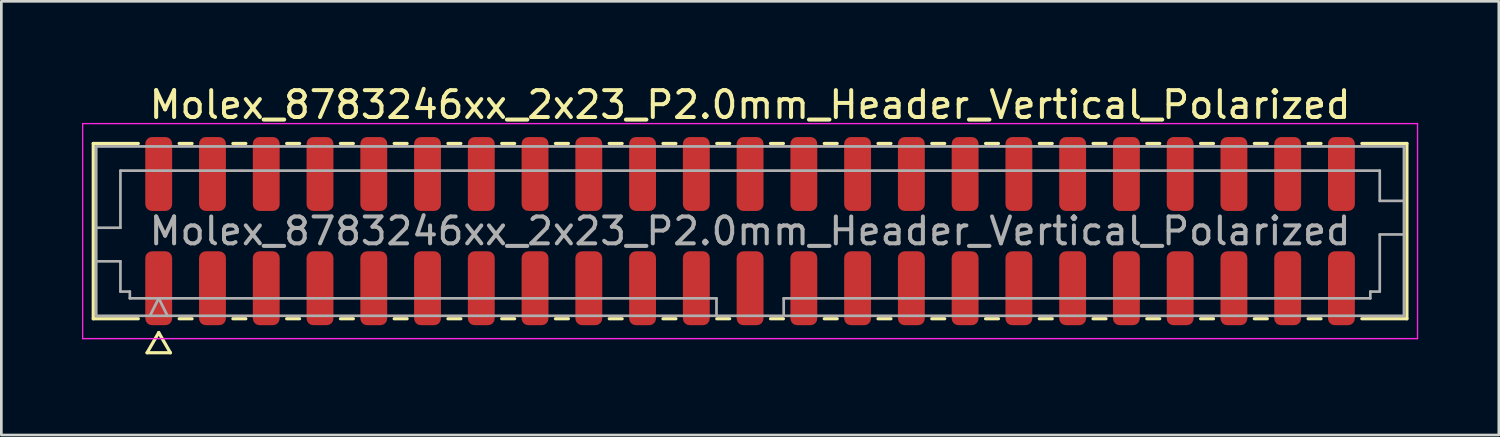
<source format=kicad_pcb>
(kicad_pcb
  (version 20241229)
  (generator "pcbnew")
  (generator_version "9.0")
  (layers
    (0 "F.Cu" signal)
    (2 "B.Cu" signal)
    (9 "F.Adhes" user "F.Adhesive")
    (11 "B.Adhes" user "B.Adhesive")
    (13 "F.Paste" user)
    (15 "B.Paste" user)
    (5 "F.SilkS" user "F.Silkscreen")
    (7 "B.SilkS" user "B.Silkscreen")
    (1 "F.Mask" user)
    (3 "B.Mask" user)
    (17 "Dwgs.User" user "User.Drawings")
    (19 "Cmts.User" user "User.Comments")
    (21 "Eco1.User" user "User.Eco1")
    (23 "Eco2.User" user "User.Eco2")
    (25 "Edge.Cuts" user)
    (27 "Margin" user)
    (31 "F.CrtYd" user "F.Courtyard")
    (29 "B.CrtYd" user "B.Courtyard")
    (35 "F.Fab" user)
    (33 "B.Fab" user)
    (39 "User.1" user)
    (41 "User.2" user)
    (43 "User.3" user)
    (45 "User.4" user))
  (footprint "Molex_8783246xx_2x23_P2.0mm_Header_Vertical_Polarized"
    (layer "F.Cu")
    (at 24.855 5.548)
    (property "Reference" "Molex_8783246xx_2x23_P2.0mm_Header_Vertical_Polarized" (at 0 -4.7 0) (layer "F.SilkS") (effects (font (size 1 1) (thickness 0.15))))
    (attr smd)
    (fp_line (start -24.435 -3.26) (end -22.76 -3.26) (stroke (width 0.12) (type solid)) (layer "F.SilkS"))
    (fp_line (start -24.435 3.26) (end -24.435 -3.26) (stroke (width 0.12) (type solid)) (layer "F.SilkS"))
    (fp_line (start -22.76 3.26) (end -24.435 3.26) (stroke (width 0.12) (type solid)) (layer "F.SilkS"))
    (fp_line (start -22.433 4.525) (end -22 3.775) (stroke (width 0.12) (type solid)) (layer "F.SilkS"))
    (fp_line (start -22 3.775) (end -21.567 4.525) (stroke (width 0.12) (type solid)) (layer "F.SilkS"))
    (fp_line (start -21.567 4.525) (end -22.433 4.525) (stroke (width 0.12) (type solid)) (layer "F.SilkS"))
    (fp_line (start -21.24 -3.26) (end -20.76 -3.26) (stroke (width 0.12) (type solid)) (layer "F.SilkS"))
    (fp_line (start -20.76 3.26) (end -21.24 3.26) (stroke (width 0.12) (type solid)) (layer "F.SilkS"))
    (fp_line (start -19.24 -3.26) (end -18.76 -3.26) (stroke (width 0.12) (type solid)) (layer "F.SilkS"))
    (fp_line (start -18.76 3.26) (end -19.24 3.26) (stroke (width 0.12) (type solid)) (layer "F.SilkS"))
    (fp_line (start -17.24 -3.26) (end -16.76 -3.26) (stroke (width 0.12) (type solid)) (layer "F.SilkS"))
    (fp_line (start -16.76 3.26) (end -17.24 3.26) (stroke (width 0.12) (type solid)) (layer "F.SilkS"))
    (fp_line (start -15.24 -3.26) (end -14.76 -3.26) (stroke (width 0.12) (type solid)) (layer "F.SilkS"))
    (fp_line (start -14.76 3.26) (end -15.24 3.26) (stroke (width 0.12) (type solid)) (layer "F.SilkS"))
    (fp_line (start -13.24 -3.26) (end -12.76 -3.26) (stroke (width 0.12) (type solid)) (layer "F.SilkS"))
    (fp_line (start -12.76 3.26) (end -13.24 3.26) (stroke (width 0.12) (type solid)) (layer "F.SilkS"))
    (fp_line (start -11.24 -3.26) (end -10.76 -3.26) (stroke (width 0.12) (type solid)) (layer "F.SilkS"))
    (fp_line (start -10.76 3.26) (end -11.24 3.26) (stroke (width 0.12) (type solid)) (layer "F.SilkS"))
    (fp_line (start -9.24 -3.26) (end -8.76 -3.26) (stroke (width 0.12) (type solid)) (layer "F.SilkS"))
    (fp_line (start -8.76 3.26) (end -9.24 3.26) (stroke (width 0.12) (type solid)) (layer "F.SilkS"))
    (fp_line (start -7.24 -3.26) (end -6.76 -3.26) (stroke (width 0.12) (type solid)) (layer "F.SilkS"))
    (fp_line (start -6.76 3.26) (end -7.24 3.26) (stroke (width 0.12) (type solid)) (layer "F.SilkS"))
    (fp_line (start -5.24 -3.26) (end -4.76 -3.26) (stroke (width 0.12) (type solid)) (layer "F.SilkS"))
    (fp_line (start -4.76 3.26) (end -5.24 3.26) (stroke (width 0.12) (type solid)) (layer "F.SilkS"))
    (fp_line (start -3.24 -3.26) (end -2.76 -3.26) (stroke (width 0.12) (type solid)) (layer "F.SilkS"))
    (fp_line (start -2.76 3.26) (end -3.24 3.26) (stroke (width 0.12) (type solid)) (layer "F.SilkS"))
    (fp_line (start -1.24 -3.26) (end -0.76 -3.26) (stroke (width 0.12) (type solid)) (layer "F.SilkS"))
    (fp_line (start -0.76 3.26) (end -1.24 3.26) (stroke (width 0.12) (type solid)) (layer "F.SilkS"))
    (fp_line (start 0.76 -3.26) (end 1.24 -3.26) (stroke (width 0.12) (type solid)) (layer "F.SilkS"))
    (fp_line (start 1.24 3.26) (end 0.76 3.26) (stroke (width 0.12) (type solid)) (layer "F.SilkS"))
    (fp_line (start 2.76 -3.26) (end 3.24 -3.26) (stroke (width 0.12) (type solid)) (layer "F.SilkS"))
    (fp_line (start 3.24 3.26) (end 2.76 3.26) (stroke (width 0.12) (type solid)) (layer "F.SilkS"))
    (fp_line (start 4.76 -3.26) (end 5.24 -3.26) (stroke (width 0.12) (type solid)) (layer "F.SilkS"))
    (fp_line (start 5.24 3.26) (end 4.76 3.26) (stroke (width 0.12) (type solid)) (layer "F.SilkS"))
    (fp_line (start 6.76 -3.26) (end 7.24 -3.26) (stroke (width 0.12) (type solid)) (layer "F.SilkS"))
    (fp_line (start 7.24 3.26) (end 6.76 3.26) (stroke (width 0.12) (type solid)) (layer "F.SilkS"))
    (fp_line (start 8.76 -3.26) (end 9.24 -3.26) (stroke (width 0.12) (type solid)) (layer "F.SilkS"))
    (fp_line (start 9.24 3.26) (end 8.76 3.26) (stroke (width 0.12) (type solid)) (layer "F.SilkS"))
    (fp_line (start 10.76 -3.26) (end 11.24 -3.26) (stroke (width 0.12) (type solid)) (layer "F.SilkS"))
    (fp_line (start 11.24 3.26) (end 10.76 3.26) (stroke (width 0.12) (type solid)) (layer "F.SilkS"))
    (fp_line (start 12.76 -3.26) (end 13.24 -3.26) (stroke (width 0.12) (type solid)) (layer "F.SilkS"))
    (fp_line (start 13.24 3.26) (end 12.76 3.26) (stroke (width 0.12) (type solid)) (layer "F.SilkS"))
    (fp_line (start 14.76 -3.26) (end 15.24 -3.26) (stroke (width 0.12) (type solid)) (layer "F.SilkS"))
    (fp_line (start 15.24 3.26) (end 14.76 3.26) (stroke (width 0.12) (type solid)) (layer "F.SilkS"))
    (fp_line (start 16.76 -3.26) (end 17.24 -3.26) (stroke (width 0.12) (type solid)) (layer "F.SilkS"))
    (fp_line (start 17.24 3.26) (end 16.76 3.26) (stroke (width 0.12) (type solid)) (layer "F.SilkS"))
    (fp_line (start 18.76 -3.26) (end 19.24 -3.26) (stroke (width 0.12) (type solid)) (layer "F.SilkS"))
    (fp_line (start 19.24 3.26) (end 18.76 3.26) (stroke (width 0.12) (type solid)) (layer "F.SilkS"))
    (fp_line (start 20.76 -3.26) (end 21.24 -3.26) (stroke (width 0.12) (type solid)) (layer "F.SilkS"))
    (fp_line (start 21.24 3.26) (end 20.76 3.26) (stroke (width 0.12) (type solid)) (layer "F.SilkS"))
    (fp_line (start 22.76 -3.26) (end 24.435 -3.26) (stroke (width 0.12) (type solid)) (layer "F.SilkS"))
    (fp_line (start 24.435 -3.26) (end 24.435 3.26) (stroke (width 0.12) (type solid)) (layer "F.SilkS"))
    (fp_line (start 24.435 3.26) (end 22.76 3.26) (stroke (width 0.12) (type solid)) (layer "F.SilkS"))
    (fp_line (start -24.83 -4) (end -24.83 4) (stroke (width 0.05) (type solid)) (layer "F.CrtYd"))
    (fp_line (start -24.83 4) (end 24.83 4) (stroke (width 0.05) (type solid)) (layer "F.CrtYd"))
    (fp_line (start 24.83 -4) (end -24.83 -4) (stroke (width 0.05) (type solid)) (layer "F.CrtYd"))
    (fp_line (start 24.83 4) (end 24.83 -4) (stroke (width 0.05) (type solid)) (layer "F.CrtYd"))
    (fp_line (start -24.325 -3.15) (end 24.325 -3.15) (stroke (width 0.1) (type solid)) (layer "F.Fab"))
    (fp_line (start -24.325 -0.125) (end -23.425 -0.125) (stroke (width 0.1) (type solid)) (layer "F.Fab"))
    (fp_line (start -24.325 1.125) (end -23.425 1.125) (stroke (width 0.1) (type solid)) (layer "F.Fab"))
    (fp_line (start -24.325 3.15) (end -24.325 -3.15) (stroke (width 0.1) (type solid)) (layer "F.Fab"))
    (fp_line (start -23.425 -2.25) (end 23.425 -2.25) (stroke (width 0.1) (type solid)) (layer "F.Fab"))
    (fp_line (start -23.425 -0.125) (end -23.425 -2.25) (stroke (width 0.1) (type solid)) (layer "F.Fab"))
    (fp_line (start -23.425 1.125) (end -23.425 2.25) (stroke (width 0.1) (type solid)) (layer "F.Fab"))
    (fp_line (start -23.425 2.25) (end -23.075 2.25) (stroke (width 0.1) (type solid)) (layer "F.Fab"))
    (fp_line (start -23.075 2.25) (end -23.075 2.5) (stroke (width 0.1) (type solid)) (layer "F.Fab"))
    (fp_line (start -23.075 2.5) (end -1.25 2.5) (stroke (width 0.1) (type solid)) (layer "F.Fab"))
    (fp_line (start -22.325 3.15) (end -22 2.5) (stroke (width 0.1) (type solid)) (layer "F.Fab"))
    (fp_line (start -22 2.5) (end -21.675 3.15) (stroke (width 0.1) (type solid)) (layer "F.Fab"))
    (fp_line (start -1.25 2.5) (end -1.25 3.15) (stroke (width 0.1) (type solid)) (layer "F.Fab"))
    (fp_line (start 1.25 2.5) (end 1.25 3.15) (stroke (width 0.1) (type solid)) (layer "F.Fab"))
    (fp_line (start 1.25 2.5) (end 23.075 2.5) (stroke (width 0.1) (type solid)) (layer "F.Fab"))
    (fp_line (start 23.075 2.25) (end 23.425 2.25) (stroke (width 0.1) (type solid)) (layer "F.Fab"))
    (fp_line (start 23.075 2.5) (end 23.075 2.25) (stroke (width 0.1) (type solid)) (layer "F.Fab"))
    (fp_line (start 23.425 -2.25) (end 23.425 -1.125) (stroke (width 0.1) (type solid)) (layer "F.Fab"))
    (fp_line (start 23.425 -1.125) (end 24.325 -1.125) (stroke (width 0.1) (type solid)) (layer "F.Fab"))
    (fp_line (start 23.425 0.125) (end 24.325 0.125) (stroke (width 0.1) (type solid)) (layer "F.Fab"))
    (fp_line (start 23.425 2.25) (end 23.425 0.125) (stroke (width 0.1) (type solid)) (layer "F.Fab"))
    (fp_line (start 24.325 -3.15) (end 24.325 3.15) (stroke (width 0.1) (type solid)) (layer "F.Fab"))
    (fp_line (start 24.325 3.15) (end -24.325 3.15) (stroke (width 0.1) (type solid)) (layer "F.Fab"))
    (fp_text user "${REFERENCE}" (at 0 0 0) (layer "F.Fab") (effects (font (size 1 1) (thickness 0.15))))
    (pad "1" smd roundrect (at -22 2.125) (size 1 2.75) (layers "F.Cu" "F.Mask" "F.Paste") (roundrect_rratio 0.25))
    (pad "2" smd roundrect (at -22 -2.125) (size 1 2.75) (layers "F.Cu" "F.Mask" "F.Paste") (roundrect_rratio 0.25))
    (pad "3" smd roundrect (at -20 2.125) (size 1 2.75) (layers "F.Cu" "F.Mask" "F.Paste") (roundrect_rratio 0.25))
    (pad "4" smd roundrect (at -20 -2.125) (size 1 2.75) (layers "F.Cu" "F.Mask" "F.Paste") (roundrect_rratio 0.25))
    (pad "5" smd roundrect (at -18 2.125) (size 1 2.75) (layers "F.Cu" "F.Mask" "F.Paste") (roundrect_rratio 0.25))
    (pad "6" smd roundrect (at -18 -2.125) (size 1 2.75) (layers "F.Cu" "F.Mask" "F.Paste") (roundrect_rratio 0.25))
    (pad "7" smd roundrect (at -16 2.125) (size 1 2.75) (layers "F.Cu" "F.Mask" "F.Paste") (roundrect_rratio 0.25))
    (pad "8" smd roundrect (at -16 -2.125) (size 1 2.75) (layers "F.Cu" "F.Mask" "F.Paste") (roundrect_rratio 0.25))
    (pad "9" smd roundrect (at -14 2.125) (size 1 2.75) (layers "F.Cu" "F.Mask" "F.Paste") (roundrect_rratio 0.25))
    (pad "10" smd roundrect (at -14 -2.125) (size 1 2.75) (layers "F.Cu" "F.Mask" "F.Paste") (roundrect_rratio 0.25))
    (pad "11" smd roundrect (at -12 2.125) (size 1 2.75) (layers "F.Cu" "F.Mask" "F.Paste") (roundrect_rratio 0.25))
    (pad "12" smd roundrect (at -12 -2.125) (size 1 2.75) (layers "F.Cu" "F.Mask" "F.Paste") (roundrect_rratio 0.25))
    (pad "13" smd roundrect (at -10 2.125) (size 1 2.75) (layers "F.Cu" "F.Mask" "F.Paste") (roundrect_rratio 0.25))
    (pad "14" smd roundrect (at -10 -2.125) (size 1 2.75) (layers "F.Cu" "F.Mask" "F.Paste") (roundrect_rratio 0.25))
    (pad "15" smd roundrect (at -8 2.125) (size 1 2.75) (layers "F.Cu" "F.Mask" "F.Paste") (roundrect_rratio 0.25))
    (pad "16" smd roundrect (at -8 -2.125) (size 1 2.75) (layers "F.Cu" "F.Mask" "F.Paste") (roundrect_rratio 0.25))
    (pad "17" smd roundrect (at -6 2.125) (size 1 2.75) (layers "F.Cu" "F.Mask" "F.Paste") (roundrect_rratio 0.25))
    (pad "18" smd roundrect (at -6 -2.125) (size 1 2.75) (layers "F.Cu" "F.Mask" "F.Paste") (roundrect_rratio 0.25))
    (pad "19" smd roundrect (at -4 2.125) (size 1 2.75) (layers "F.Cu" "F.Mask" "F.Paste") (roundrect_rratio 0.25))
    (pad "20" smd roundrect (at -4 -2.125) (size 1 2.75) (layers "F.Cu" "F.Mask" "F.Paste") (roundrect_rratio 0.25))
    (pad "21" smd roundrect (at -2 2.125) (size 1 2.75) (layers "F.Cu" "F.Mask" "F.Paste") (roundrect_rratio 0.25))
    (pad "22" smd roundrect (at -2 -2.125) (size 1 2.75) (layers "F.Cu" "F.Mask" "F.Paste") (roundrect_rratio 0.25))
    (pad "23" smd roundrect (at 0 2.125) (size 1 2.75) (layers "F.Cu" "F.Mask" "F.Paste") (roundrect_rratio 0.25))
    (pad "24" smd roundrect (at 0 -2.125) (size 1 2.75) (layers "F.Cu" "F.Mask" "F.Paste") (roundrect_rratio 0.25))
    (pad "25" smd roundrect (at 2 2.125) (size 1 2.75) (layers "F.Cu" "F.Mask" "F.Paste") (roundrect_rratio 0.25))
    (pad "26" smd roundrect (at 2 -2.125) (size 1 2.75) (layers "F.Cu" "F.Mask" "F.Paste") (roundrect_rratio 0.25))
    (pad "27" smd roundrect (at 4 2.125) (size 1 2.75) (layers "F.Cu" "F.Mask" "F.Paste") (roundrect_rratio 0.25))
    (pad "28" smd roundrect (at 4 -2.125) (size 1 2.75) (layers "F.Cu" "F.Mask" "F.Paste") (roundrect_rratio 0.25))
    (pad "29" smd roundrect (at 6 2.125) (size 1 2.75) (layers "F.Cu" "F.Mask" "F.Paste") (roundrect_rratio 0.25))
    (pad "30" smd roundrect (at 6 -2.125) (size 1 2.75) (layers "F.Cu" "F.Mask" "F.Paste") (roundrect_rratio 0.25))
    (pad "31" smd roundrect (at 8 2.125) (size 1 2.75) (layers "F.Cu" "F.Mask" "F.Paste") (roundrect_rratio 0.25))
    (pad "32" smd roundrect (at 8 -2.125) (size 1 2.75) (layers "F.Cu" "F.Mask" "F.Paste") (roundrect_rratio 0.25))
    (pad "33" smd roundrect (at 10 2.125) (size 1 2.75) (layers "F.Cu" "F.Mask" "F.Paste") (roundrect_rratio 0.25))
    (pad "34" smd roundrect (at 10 -2.125) (size 1 2.75) (layers "F.Cu" "F.Mask" "F.Paste") (roundrect_rratio 0.25))
    (pad "35" smd roundrect (at 12 2.125) (size 1 2.75) (layers "F.Cu" "F.Mask" "F.Paste") (roundrect_rratio 0.25))
    (pad "36" smd roundrect (at 12 -2.125) (size 1 2.75) (layers "F.Cu" "F.Mask" "F.Paste") (roundrect_rratio 0.25))
    (pad "37" smd roundrect (at 14 2.125) (size 1 2.75) (layers "F.Cu" "F.Mask" "F.Paste") (roundrect_rratio 0.25))
    (pad "38" smd roundrect (at 14 -2.125) (size 1 2.75) (layers "F.Cu" "F.Mask" "F.Paste") (roundrect_rratio 0.25))
    (pad "39" smd roundrect (at 16 2.125) (size 1 2.75) (layers "F.Cu" "F.Mask" "F.Paste") (roundrect_rratio 0.25))
    (pad "40" smd roundrect (at 16 -2.125) (size 1 2.75) (layers "F.Cu" "F.Mask" "F.Paste") (roundrect_rratio 0.25))
    (pad "41" smd roundrect (at 18 2.125) (size 1 2.75) (layers "F.Cu" "F.Mask" "F.Paste") (roundrect_rratio 0.25))
    (pad "42" smd roundrect (at 18 -2.125) (size 1 2.75) (layers "F.Cu" "F.Mask" "F.Paste") (roundrect_rratio 0.25))
    (pad "43" smd roundrect (at 20 2.125) (size 1 2.75) (layers "F.Cu" "F.Mask" "F.Paste") (roundrect_rratio 0.25))
    (pad "44" smd roundrect (at 20 -2.125) (size 1 2.75) (layers "F.Cu" "F.Mask" "F.Paste") (roundrect_rratio 0.25))
    (pad "45" smd roundrect (at 22 2.125) (size 1 2.75) (layers "F.Cu" "F.Mask" "F.Paste") (roundrect_rratio 0.25))
    (pad "46" smd roundrect (at 22 -2.125) (size 1 2.75) (layers "F.Cu" "F.Mask" "F.Paste") (roundrect_rratio 0.25)))
  (gr_rect
    (start -3 -3)
    (end 52.71 13.133)
    (stroke (width 0.1) (type default))
    (fill no)
    (layer "Edge.Cuts")))
</source>
